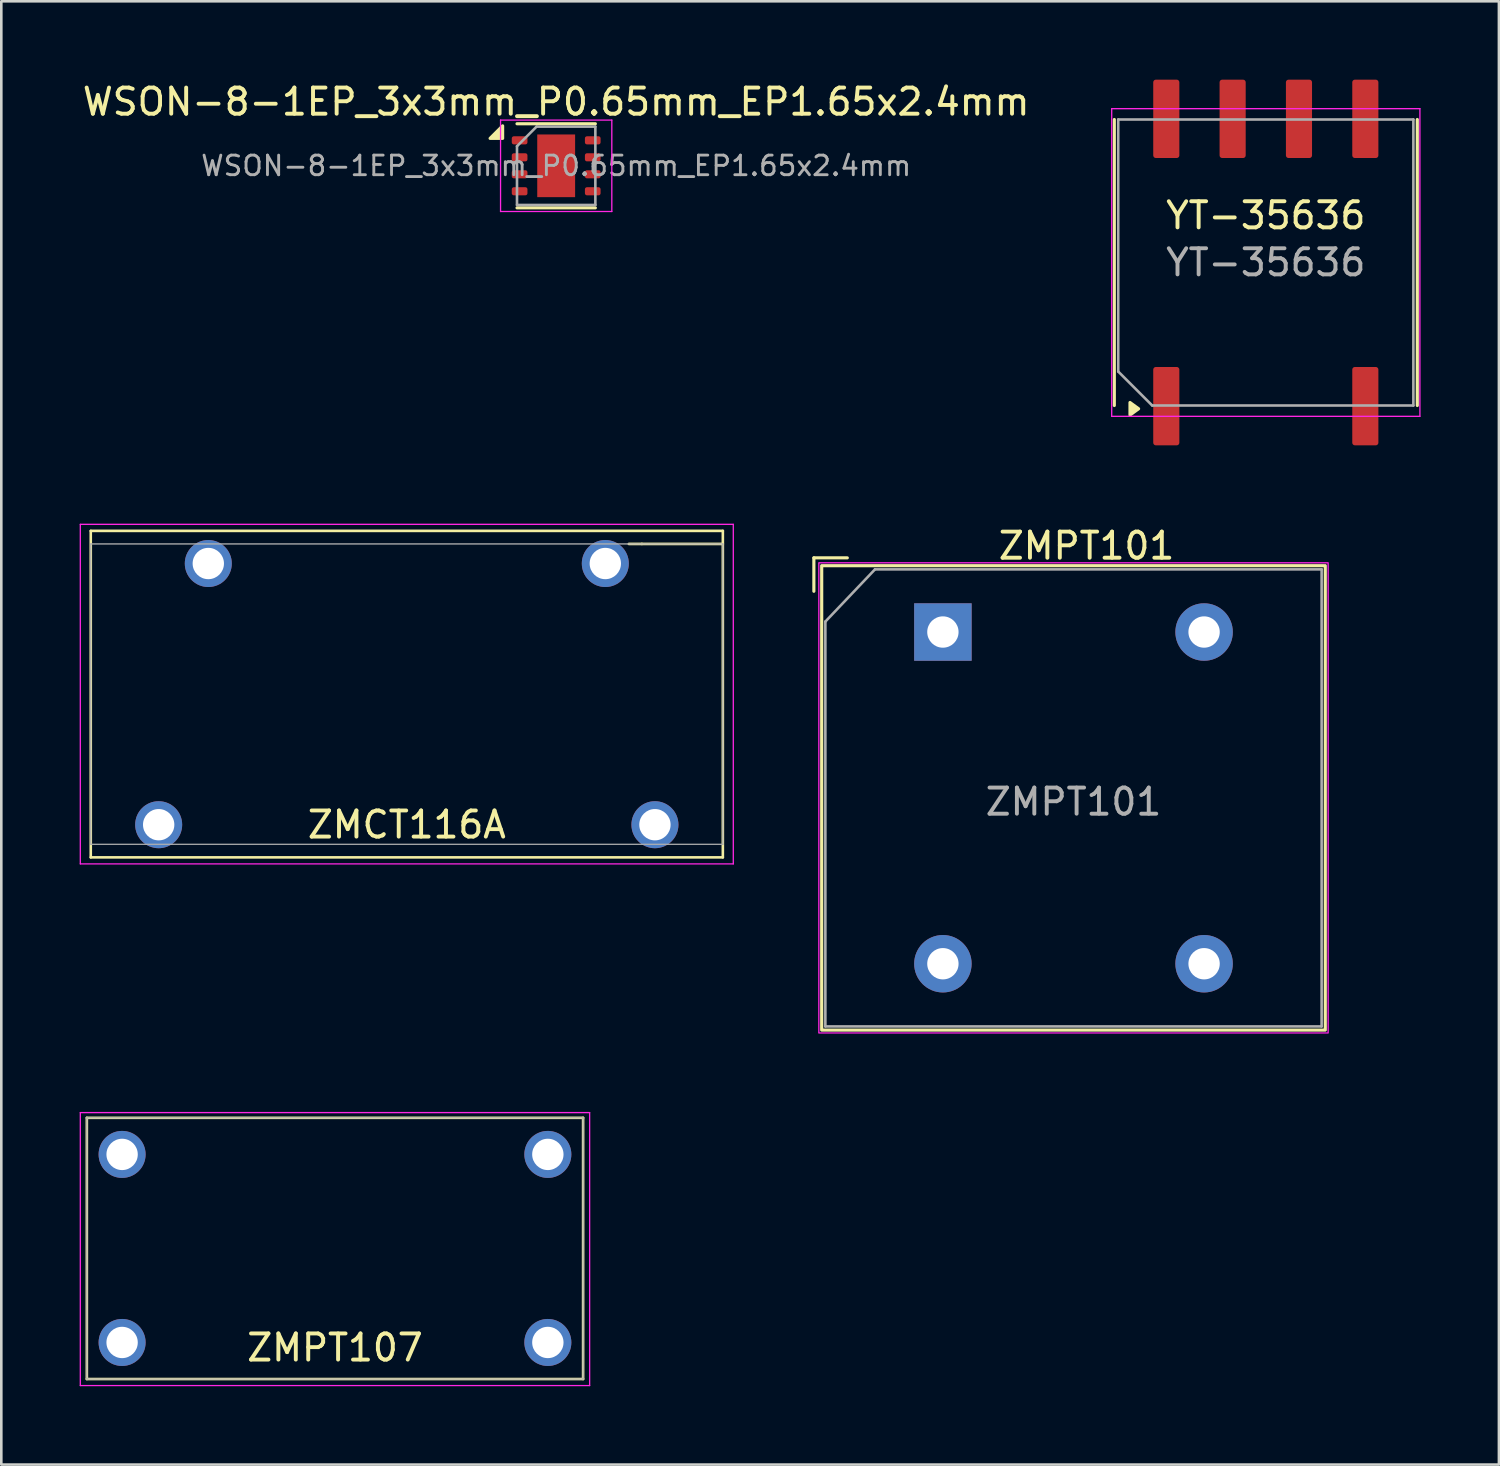
<source format=kicad_pcb>
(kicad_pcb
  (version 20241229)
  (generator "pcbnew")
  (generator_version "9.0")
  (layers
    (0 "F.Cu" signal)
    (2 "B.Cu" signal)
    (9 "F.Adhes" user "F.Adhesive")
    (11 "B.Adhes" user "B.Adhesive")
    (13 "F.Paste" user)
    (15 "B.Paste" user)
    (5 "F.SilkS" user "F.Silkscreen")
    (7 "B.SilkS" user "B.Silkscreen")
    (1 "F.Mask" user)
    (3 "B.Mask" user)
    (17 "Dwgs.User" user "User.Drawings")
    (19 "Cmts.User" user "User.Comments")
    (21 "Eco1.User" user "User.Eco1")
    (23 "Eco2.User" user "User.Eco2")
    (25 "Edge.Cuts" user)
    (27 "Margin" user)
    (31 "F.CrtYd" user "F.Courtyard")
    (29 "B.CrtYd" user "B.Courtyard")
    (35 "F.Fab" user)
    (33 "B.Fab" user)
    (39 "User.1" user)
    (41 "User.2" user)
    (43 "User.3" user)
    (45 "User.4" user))
  (footprint "ZMCT116A"
    (layer "F.Cu")
    (at 12.525 23.525)
    (property "Reference" "ZMCT116A" (at 0 5 0) (layer "F.SilkS") (effects (font (size 1 1) (thickness 0.15))))
    (attr through_hole)
    (fp_line (start -12.1 -6.25) (end -12.1 6.25) (stroke (width 0.1) (type default)) (layer "F.SilkS"))
    (fp_line (start -12.1 6.25) (end 12.1 6.25) (stroke (width 0.1) (type default)) (layer "F.SilkS"))
    (fp_line (start 9 -5.75) (end 8.5 -5.75) (stroke (width 0.1) (type default)) (layer "F.SilkS"))
    (fp_line (start 12.1 -6.25) (end -12.1 -6.25) (stroke (width 0.1) (type default)) (layer "F.SilkS"))
    (fp_line (start 12.1 -5.75) (end 9 -5.75) (stroke (width 0.1) (type default)) (layer "F.SilkS"))
    (fp_line (start 12.1 6.25) (end 12.1 -6.25) (stroke (width 0.1) (type default)) (layer "F.SilkS"))
    (fp_line (start -12.5 -6.5) (end -12.5 6.5) (stroke (width 0.05) (type default)) (layer "F.CrtYd"))
    (fp_line (start -12.5 6.5) (end 12.5 6.5) (stroke (width 0.05) (type default)) (layer "F.CrtYd"))
    (fp_line (start 12.5 -6.5) (end -12.5 -6.5) (stroke (width 0.05) (type default)) (layer "F.CrtYd"))
    (fp_line (start 12.5 -6.5) (end 12.5 6.5) (stroke (width 0.05) (type default)) (layer "F.CrtYd"))
    (fp_line (start -12.1 -5.75) (end -12.1 5.75) (stroke (width 0.05) (type solid)) (layer "F.Fab"))
    (fp_line (start 12.1 -5.75) (end -12.1 -5.75) (stroke (width 0.05) (type solid)) (layer "F.Fab"))
    (fp_line (start 12.1 -5.75) (end 12.1 5.75) (stroke (width 0.05) (type solid)) (layer "F.Fab"))
    (fp_line (start 12.1 5.75) (end -12.1 5.75) (stroke (width 0.05) (type solid)) (layer "F.Fab"))
    (pad "1" thru_hole circle (at 7.6 -5 180) (size 1.8 1.8) (drill 1.2) (layers "*.Cu" "*.Mask"))
    (pad "2" thru_hole circle (at -7.6 -5 180) (size 1.8 1.8) (drill 1.2) (layers "*.Cu" "*.Mask"))
    (pad "3" thru_hole circle (at -9.5 5) (size 1.8 1.8) (drill 1.2) (layers "*.Cu" "*.Mask"))
    (pad "4" thru_hole circle (at 9.5 5) (size 1.8 1.8) (drill 1.2) (layers "*.Cu" "*.Mask")))
  (footprint "ZMPT101"
    (layer "F.Cu")
    (at 33.05 21.148)
    (property "Reference" "ZMPT101" (at 5.5 -3.3 0) (layer "F.SilkS") (effects (font (size 1 1) (thickness 0.15))))
    (attr through_hole)
    (fp_line (start -4.94 -2.84) (end -3.66 -2.84) (stroke (width 0.12) (type default)) (layer "F.SilkS"))
    (fp_line (start -4.94 -1.56) (end -4.94 -2.84) (stroke (width 0.12) (type default)) (layer "F.SilkS"))
    (fp_rect (start -4.64 -2.54) (end 14.64 15.24) (stroke (width 0.12) (type default)) (fill no) (layer "F.SilkS"))
    (fp_rect (start -4.75 -2.65) (end 14.75 15.35) (stroke (width 0.05) (type default)) (fill no) (layer "F.CrtYd"))
    (fp_line (start -4.5 -0.4) (end -2.6 -2.4) (stroke (width 0.1) (type default)) (layer "F.Fab"))
    (fp_line (start -4.5 15.1) (end -4.5 -0.4) (stroke (width 0.1) (type default)) (layer "F.Fab"))
    (fp_line (start -2.6 -2.4) (end 14.5 -2.4) (stroke (width 0.1) (type default)) (layer "F.Fab"))
    (fp_line (start 14.5 -2.4) (end 14.5 15.1) (stroke (width 0.1) (type default)) (layer "F.Fab"))
    (fp_line (start 14.5 15.1) (end -4.5 15.1) (stroke (width 0.1) (type default)) (layer "F.Fab"))
    (fp_text user "${REFERENCE}" (at 5 6.5 0) (layer "F.Fab") (effects (font (size 1 1) (thickness 0.15))))
    (pad "1" thru_hole rect (at 0 0) (size 2.2 2.2) (drill 1.2) (layers "*.Cu" "*.Mask"))
    (pad "2" thru_hole circle (at 0 12.7) (size 2.2 2.2) (drill 1.2) (layers "*.Cu" "*.Mask"))
    (pad "3" thru_hole circle (at 10 12.7) (size 2.2 2.2) (drill 1.2) (layers "*.Cu" "*.Mask"))
    (pad "4" thru_hole circle (at 10 0) (size 2.2 2.2) (drill 1.2) (layers "*.Cu" "*.Mask")))
  (footprint "ZMPT107"
    (layer "F.Cu")
    (at 9.775 44.748)
    (property "Reference" "ZMPT107" (at 0 3.8 0) (layer "F.SilkS") (effects (font (size 1 1) (thickness 0.15))))
    (attr through_hole)
    (fp_line (start -9.5 -5) (end -9.5 5) (stroke (width 0.1) (type default)) (layer "F.SilkS"))
    (fp_line (start 9.5 -5) (end -9.5 -5) (stroke (width 0.1) (type default)) (layer "F.SilkS"))
    (fp_line (start 9.5 -5) (end 9.5 5) (stroke (width 0.1) (type default)) (layer "F.SilkS"))
    (fp_line (start 9.5 5) (end -9.5 5) (stroke (width 0.1) (type default)) (layer "F.SilkS"))
    (fp_line (start -9.75 -5.2) (end -9.75 5.25) (stroke (width 0.05) (type default)) (layer "F.CrtYd"))
    (fp_line (start 9.75 -5.2) (end -9.75 -5.2) (stroke (width 0.05) (type default)) (layer "F.CrtYd"))
    (fp_line (start 9.75 -5.2) (end 9.75 5.25) (stroke (width 0.05) (type default)) (layer "F.CrtYd"))
    (fp_line (start 9.75 5.25) (end -9.75 5.25) (stroke (width 0.05) (type default)) (layer "F.CrtYd"))
    (fp_line (start -9.5 -5) (end -9.5 5) (stroke (width 0.05) (type solid)) (layer "F.Fab"))
    (fp_line (start 9.5 -5) (end -9.5 -5) (stroke (width 0.05) (type solid)) (layer "F.Fab"))
    (fp_line (start 9.5 -5) (end 9.5 5) (stroke (width 0.05) (type solid)) (layer "F.Fab"))
    (fp_line (start 9.5 5) (end -9.5 5) (stroke (width 0.05) (type solid)) (layer "F.Fab"))
    (pad "1" thru_hole circle (at -8.15 -3.6 180) (size 1.8 1.8) (drill 1.2) (layers "*.Cu" "*.Mask"))
    (pad "2" thru_hole circle (at -8.15 3.6) (size 1.8 1.8) (drill 1.2) (layers "*.Cu" "*.Mask"))
    (pad "3" thru_hole circle (at 8.15 3.6) (size 1.8 1.8) (drill 1.2) (layers "*.Cu" "*.Mask"))
    (pad "4" thru_hole circle (at 8.15 -3.6 180) (size 1.8 1.8) (drill 1.2) (layers "*.Cu" "*.Mask")))
  (footprint "WSON-8-1EP_3x3mm_P0.65mm_EP1.65x2.4mm"
    (layer "F.Cu")
    (at 18.244 3.298)
    (property "Reference" "WSON-8-1EP_3x3mm_P0.65mm_EP1.65x2.4mm" (at 0 -2.45 0) (layer "F.SilkS") (effects (font (size 1 1) (thickness 0.15))))
    (attr smd)
    (fp_line (start -1.5 -1.61) (end 1.5 -1.61) (stroke (width 0.12) (type solid)) (layer "F.SilkS"))
    (fp_line (start -1.5 1.61) (end 1.5 1.61) (stroke (width 0.12) (type solid)) (layer "F.SilkS"))
    (fp_poly (pts (xy -2.05 -1.05) (xy -2.53 -1.05) (xy -2.05 -1.53) (xy -2.05 -1.05)) (stroke (width 0.12) (type solid)) (fill yes) (layer "F.SilkS"))
    (fp_line (start -2.13 -1.75) (end -2.13 1.75) (stroke (width 0.05) (type solid)) (layer "F.CrtYd"))
    (fp_line (start -2.13 1.75) (end 2.13 1.75) (stroke (width 0.05) (type solid)) (layer "F.CrtYd"))
    (fp_line (start 2.13 -1.75) (end -2.13 -1.75) (stroke (width 0.05) (type solid)) (layer "F.CrtYd"))
    (fp_line (start 2.13 1.75) (end 2.13 -1.75) (stroke (width 0.05) (type solid)) (layer "F.CrtYd"))
    (fp_line (start -1.5 -0.75) (end -0.75 -1.5) (stroke (width 0.1) (type solid)) (layer "F.Fab"))
    (fp_line (start -1.5 1.5) (end -1.5 -0.75) (stroke (width 0.1) (type solid)) (layer "F.Fab"))
    (fp_line (start -0.75 -1.5) (end 1.5 -1.5) (stroke (width 0.1) (type solid)) (layer "F.Fab"))
    (fp_line (start 1.5 -1.5) (end 1.5 1.5) (stroke (width 0.1) (type solid)) (layer "F.Fab"))
    (fp_line (start 1.5 1.5) (end -1.5 1.5) (stroke (width 0.1) (type solid)) (layer "F.Fab"))
    (fp_text user "${REFERENCE}" (at 0 0 0) (layer "F.Fab") (effects (font (size 0.75 0.75) (thickness 0.11))))
    (pad "" smd roundrect (at 0 -0.6) (size 1.17 0.97) (layers "F.Paste") (roundrect_rratio 0.25))
    (pad "" smd roundrect (at 0 0.6) (size 1.17 0.97) (layers "F.Paste") (roundrect_rratio 0.25))
    (pad "1" smd roundrect (at -1.4 -0.975) (size 0.6 0.31) (layers "F.Cu" "F.Mask" "F.Paste") (roundrect_rratio 0.25))
    (pad "2" smd roundrect (at -1.4 -0.325) (size 0.6 0.31) (layers "F.Cu" "F.Mask" "F.Paste") (roundrect_rratio 0.25))
    (pad "3" smd roundrect (at -1.4 0.325) (size 0.6 0.31) (layers "F.Cu" "F.Mask" "F.Paste") (roundrect_rratio 0.25))
    (pad "4" smd roundrect (at -1.4 0.975) (size 0.6 0.31) (layers "F.Cu" "F.Mask" "F.Paste") (roundrect_rratio 0.25))
    (pad "5" smd roundrect (at 1.4 0.975) (size 0.6 0.31) (layers "F.Cu" "F.Mask" "F.Paste") (roundrect_rratio 0.25))
    (pad "6" smd roundrect (at 1.4 0.325) (size 0.6 0.31) (layers "F.Cu" "F.Mask" "F.Paste") (roundrect_rratio 0.25))
    (pad "7" smd roundrect (at 1.4 -0.325) (size 0.6 0.31) (layers "F.Cu" "F.Mask" "F.Paste") (roundrect_rratio 0.25))
    (pad "8" smd roundrect (at 1.4 -0.975) (size 0.6 0.31) (layers "F.Cu" "F.Mask" "F.Paste") (roundrect_rratio 0.25))
    (pad "9" smd rect (at 0 0) (size 1.45 2.4) (property pad_prop_heatsink) (layers "F.Cu" "F.Mask")))
  (footprint "YT-35636"
    (layer "F.Cu")
    (at 45.413 7)
    (property "Reference" "YT-35636" (at 0 -1.8 0) (unlocked yes) (layer "F.SilkS") (effects (font (size 1 1) (thickness 0.15))))
    (attr smd)
    (fp_line (start -5.8 -5.475) (end -5.8 5.475) (stroke (width 0.12) (type default)) (layer "F.SilkS"))
    (fp_line (start 5.8 5.475) (end 5.8 -5.475) (stroke (width 0.12) (type default)) (layer "F.SilkS"))
    (fp_poly (pts (xy -4.87 5.6) (xy -5.2 5.84) (xy -5.2 5.36) (xy -4.87 5.6)) (stroke (width 0.12) (type solid)) (fill yes) (layer "F.SilkS"))
    (fp_line (start -5.9 5.89) (end -5.9 -5.89) (stroke (width 0.05) (type default)) (layer "F.CrtYd"))
    (fp_line (start 5.9 -5.89) (end -5.9 -5.89) (stroke (width 0.05) (type default)) (layer "F.CrtYd"))
    (fp_line (start 5.9 5.89) (end -5.9 5.89) (stroke (width 0.05) (type default)) (layer "F.CrtYd"))
    (fp_line (start 5.9 5.89) (end 5.9 -5.89) (stroke (width 0.05) (type default)) (layer "F.CrtYd"))
    (fp_line (start -5.65 -5.475) (end 5.65 -5.475) (stroke (width 0.1) (type default)) (layer "F.Fab"))
    (fp_line (start -5.65 4.175) (end -5.65 -5.475) (stroke (width 0.1) (type default)) (layer "F.Fab"))
    (fp_line (start -5.65 4.175) (end -4.35 5.475) (stroke (width 0.1) (type default)) (layer "F.Fab"))
    (fp_line (start -4.35 5.475) (end 5.65 5.475) (stroke (width 0.1) (type default)) (layer "F.Fab"))
    (fp_line (start 5.65 -5.475) (end 5.65 5.475) (stroke (width 0.1) (type default)) (layer "F.Fab"))
    (fp_text user "${REFERENCE}" (at 0 0 0) (unlocked yes) (layer "F.Fab") (effects (font (size 1 1) (thickness 0.15))))
    (pad "1" smd roundrect (at -3.81 5.5) (size 1 3) (layers "F.Cu" "F.Mask" "F.Paste") (roundrect_rratio 0.1))
    (pad "4" smd roundrect (at 3.81 5.5) (size 1 3) (layers "F.Cu" "F.Mask" "F.Paste") (roundrect_rratio 0.1))
    (pad "5" smd roundrect (at 3.81 -5.5) (size 1 3) (layers "F.Cu" "F.Mask" "F.Paste") (roundrect_rratio 0.1))
    (pad "6" smd roundrect (at 1.27 -5.5) (size 1 3) (layers "F.Cu" "F.Mask" "F.Paste") (roundrect_rratio 0.1))
    (pad "7" smd roundrect (at -1.27 -5.5) (size 1 3) (layers "F.Cu" "F.Mask" "F.Paste") (roundrect_rratio 0.1))
    (pad "8" smd roundrect (at -3.81 -5.5) (size 1 3) (layers "F.Cu" "F.Mask" "F.Paste") (roundrect_rratio 0.1)))
  (gr_rect
    (start -3 -3)
    (end 54.338 53.023)
    (stroke (width 0.1) (type default))
    (fill no)
    (layer "Edge.Cuts")))
</source>
